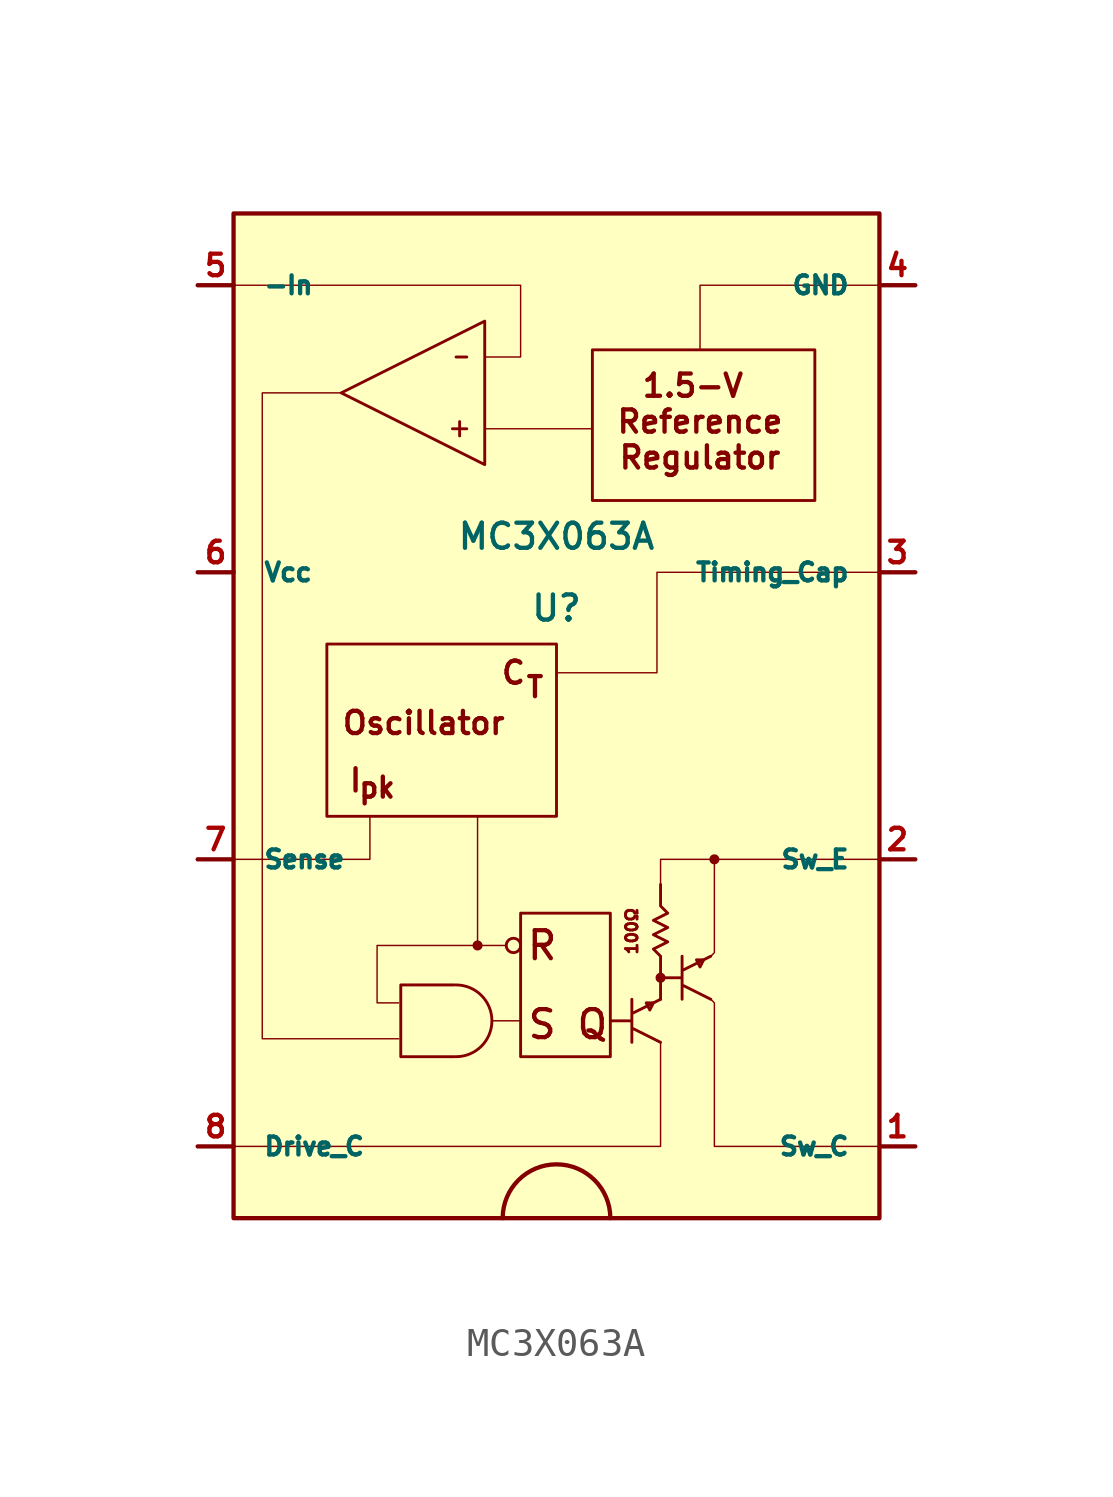
<source format=kicad_sym>
(kicad_symbol_lib
  (version 20220914)
  (generator kicad_symbol_editor)
  (symbol "MC3X063A"
    (pin_names
      (offset 1.016))
    (property "Reference" "U"
      (at 0 3.81 0)
      (effects (font (size 0.889 0.889))))
    (property "Value" "MC3X063A"
      (at 0 6.35 0)
      (effects (font (size 0.889 0.889))))
    (symbol "MC3X063A_0_0"
      (rectangle (start -8.128 2.54) (end 0 -3.556) (stroke (width 0.102) (type solid)) (fill (type none)))
      (circle (center -2.794 -8.128) (radius 0.152) (stroke (width 0.051) (type solid)) (fill (type outline)))
      (circle (center -1.524 -8.128) (radius 0.254) (stroke (width 0.102) (type solid)) (fill (type none)))
      (polyline (pts (xy -2.794 -3.556) (xy -2.794 -8.128)) (stroke (width 0.051) (type solid)) (fill (type none)))
      (polyline (pts (xy -2.286 -10.795) (xy -1.27 -10.795)) (stroke (width 0.051) (type solid)) (fill (type none)))
      (polyline (pts (xy 3.683 -9.398) (xy 3.683 -10.033)) (stroke (width 0.102) (type solid)) (fill (type none)))
      (polyline (pts (xy -11.43 -15.24) (xy 3.683 -15.24) (xy 3.683 -11.557)) (stroke (width 0.051) (type solid)) (fill (type none)))
      (polyline (pts (xy -11.43 -5.08) (xy -6.604 -5.08) (xy -6.604 -3.556)) (stroke (width 0.051) (type solid)) (fill (type none)))
      (polyline (pts (xy 5.461 -8.509) (xy 5.588 -8.382) (xy 5.588 -5.08)) (stroke (width 0.051) (type solid)) (fill (type none)))
      (polyline (pts (xy 11.43 -5.08) (xy 3.683 -5.08) (xy 3.683 -5.969)) (stroke (width 0.051) (type solid)) (fill (type none)))
      (polyline (pts (xy 11.43 15.24) (xy 5.08 15.24) (xy 5.08 12.954)) (stroke (width 0.051) (type solid)) (fill (type none)))
      (polyline (pts (xy -7.62 11.43) (xy -10.414 11.43) (xy -10.414 -11.43) (xy -5.588 -11.43)) (stroke (width 0.051) (type solid)) (fill (type none)))
      (polyline (pts (xy -1.778 -8.128) (xy -6.35 -8.128) (xy -6.35 -10.16) (xy -5.588 -10.16)) (stroke (width 0.051) (type solid)) (fill (type none)))
      (polyline (pts (xy 3.429 -10.16) (xy 3.175 -10.16) (xy 3.302 -10.414) (xy 3.429 -10.16)) (stroke (width 0.102) (type solid)) (fill (type none)))
      (polyline (pts (xy 5.207 -8.636) (xy 4.953 -8.636) (xy 5.08 -8.89) (xy 5.207 -8.636)) (stroke (width 0.102) (type solid)) (fill (type none)))
      (polyline (pts (xy 5.461 -10.033) (xy 5.588 -10.16) (xy 5.588 -15.24) (xy 11.43 -15.24)) (stroke (width 0.051) (type solid)) (fill (type none)))
      (polyline (pts (xy 11.43 5.08) (xy 3.556 5.08) (xy 3.556 1.524) (xy 0 1.524)) (stroke (width 0.051) (type solid)) (fill (type none)))
      (polyline (pts (xy 3.683 -10.033) (xy 2.667 -10.541) (xy 2.667 -11.049) (xy 3.683 -11.557) (xy 2.667 -11.049) (xy 2.667 -10.033) (xy 2.667 -11.557) (xy 2.667 -10.795) (xy 1.905 -10.795)) (stroke (width 0.102) (type solid)) (fill (type none)))
      (polyline (pts (xy 5.461 -8.509) (xy 4.445 -9.017) (xy 4.445 -9.525) (xy 5.461 -10.033) (xy 4.445 -9.525) (xy 4.445 -8.509) (xy 4.445 -10.033) (xy 4.445 -9.271) (xy 3.683 -9.271)) (stroke (width 0.102) (type solid)) (fill (type none)))
      (polyline (pts (xy 3.683 -9.271) (xy 3.683 -8.509) (xy 3.429 -8.255) (xy 3.937 -8.001) (xy 3.429 -7.747) (xy 3.937 -7.493) (xy 3.429 -7.239) (xy 3.937 -6.985) (xy 3.683 -6.731) (xy 3.683 -5.969)) (stroke (width 0.102) (type solid)) (fill (type none)))
      (rectangle (start 1.27 12.954) (end 9.144 7.62) (stroke (width 0.102) (type solid)) (fill (type none)))
      (circle (center 3.683 -9.271) (radius 0.152) (stroke (width 0.051) (type solid)) (fill (type outline)))
      (circle (center 5.588 -5.08) (radius 0.152) (stroke (width 0.051) (type solid)) (fill (type outline)))
      (text "1.5-V" (at 4.826 11.684 0) (effects (font (size 0.787 0.787))))
      (text "C" (at -1.524 1.524 0) (effects (font (size 0.787 0.787))))
      (text "I" (at -7.112 -2.286 0) (effects (font (size 0.787 0.787))))
      (text "Oscillator" (at -4.699 -0.254 0) (effects (font (size 0.787 0.787))))
      (text "pk" (at -6.35 -2.54 0) (effects (font (size 0.711 0.711))))
      (text "Q" (at 1.27 -10.922 0) (effects (font (size 0.991 0.991))))
      (text "R" (at -0.508 -8.128 0) (effects (font (size 0.991 0.991))))
      (text "Reference" (at 5.08 10.414 0) (effects (font (size 0.787 0.787))))
      (text "Regulator" (at 5.08 9.144 0) (effects (font (size 0.787 0.787))))
      (text "S" (at -0.508 -10.922 0) (effects (font (size 0.991 0.991))))
      (text "T" (at -0.762 1.016 0) (effects (font (size 0.711 0.711)))))
    (symbol "MC3X063A_0_1"
      (rectangle (start -11.43 17.78) (end 11.43 -17.78) (stroke (width 0) (type solid)) (fill (type background)))
      (rectangle (start -1.27 -6.985) (end 1.905 -12.065) (stroke (width 0.102) (type solid)) (fill (type none)))
      (polyline (pts (xy -3.556 12.7) (xy -3.175 12.7)) (stroke (width 0.102) (type solid)) (fill (type none)))
      (polyline (pts (xy -3.429 10.414) (xy -3.429 9.906)) (stroke (width 0.102) (type solid)) (fill (type none)))
      (polyline (pts (xy -3.683 10.16) (xy -3.175 10.16) (xy -3.302 10.16)) (stroke (width 0.102) (type solid)) (fill (type none)))
      (polyline (pts (xy -11.43 15.24) (xy -1.27 15.24) (xy -1.27 12.7) (xy -2.54 12.7)) (stroke (width 0.051) (type solid)) (fill (type none)))
      (polyline (pts (xy -7.62 11.43) (xy -2.54 13.97) (xy -2.54 8.89) (xy -7.62 11.43)) (stroke (width 0.102) (type solid)) (fill (type none)))
      (polyline (pts (xy -3.607 -9.525) (xy -5.512 -9.525) (xy -5.512 -12.065) (xy -3.607 -12.065)) (stroke (width 0.102) (type solid)) (fill (type none)))
      (rectangle (start 1.27 10.16) (end -2.54 10.16) (stroke (width 0.051) (type solid)) (fill (type none))))
    (symbol "MC3X063A_1_0"
      (arc (start 1.905 -17.78) (mid 0 -15.8833) (end -1.905 -17.78) (stroke (width 0) (type solid)) (fill (type none)))
      (text "100Ω" (at 2.667 -7.62 900) (effects (font (size 0.406 0.406)))))
    (symbol "MC3X063A_1_1"
      (arc (start -3.556 -12.065) (mid -2.2915 -10.795) (end -3.556 -9.525) (stroke (width 0.1016) (type solid)) (fill (type none)))
      (pin power_in line (at 12.7 -15.24 180) (length 1.27) (name "Sw_C" (effects (font (size 0.635 0.635)))) (number "1" (effects (font (size 0.762 0.762)))))
      (pin output line (at 12.7 -5.08 180) (length 1.27) (name "Sw_E" (effects (font (size 0.635 0.635)))) (number "2" (effects (font (size 0.762 0.762)))))
      (pin power_in line (at 12.7 5.08 180) (length 1.27) (name "Timing_Cap" (effects (font (size 0.635 0.635)))) (number "3" (effects (font (size 0.762 0.762)))))
      (pin output line (at 12.7 15.24 180) (length 1.27) (name "GND" (effects (font (size 0.635 0.635)))) (number "4" (effects (font (size 0.762 0.762)))))
      (pin input line (at -12.7 15.24 0) (length 1.27) (name "-In" (effects (font (size 0.635 0.635)))) (number "5" (effects (font (size 0.762 0.762)))))
      (pin input line (at -12.7 5.08 0) (length 1.27) (name "Vcc" (effects (font (size 0.635 0.635)))) (number "6" (effects (font (size 0.762 0.762)))))
      (pin input line (at -12.7 -5.08 0) (length 1.27) (name "Sense" (effects (font (size 0.635 0.635)))) (number "7" (effects (font (size 0.762 0.762)))))
      (pin output line (at -12.7 -15.24 0) (length 1.27) (name "Drive_C" (effects (font (size 0.635 0.635)))) (number "8" (effects (font (size 0.762 0.762))))))))
</source>
